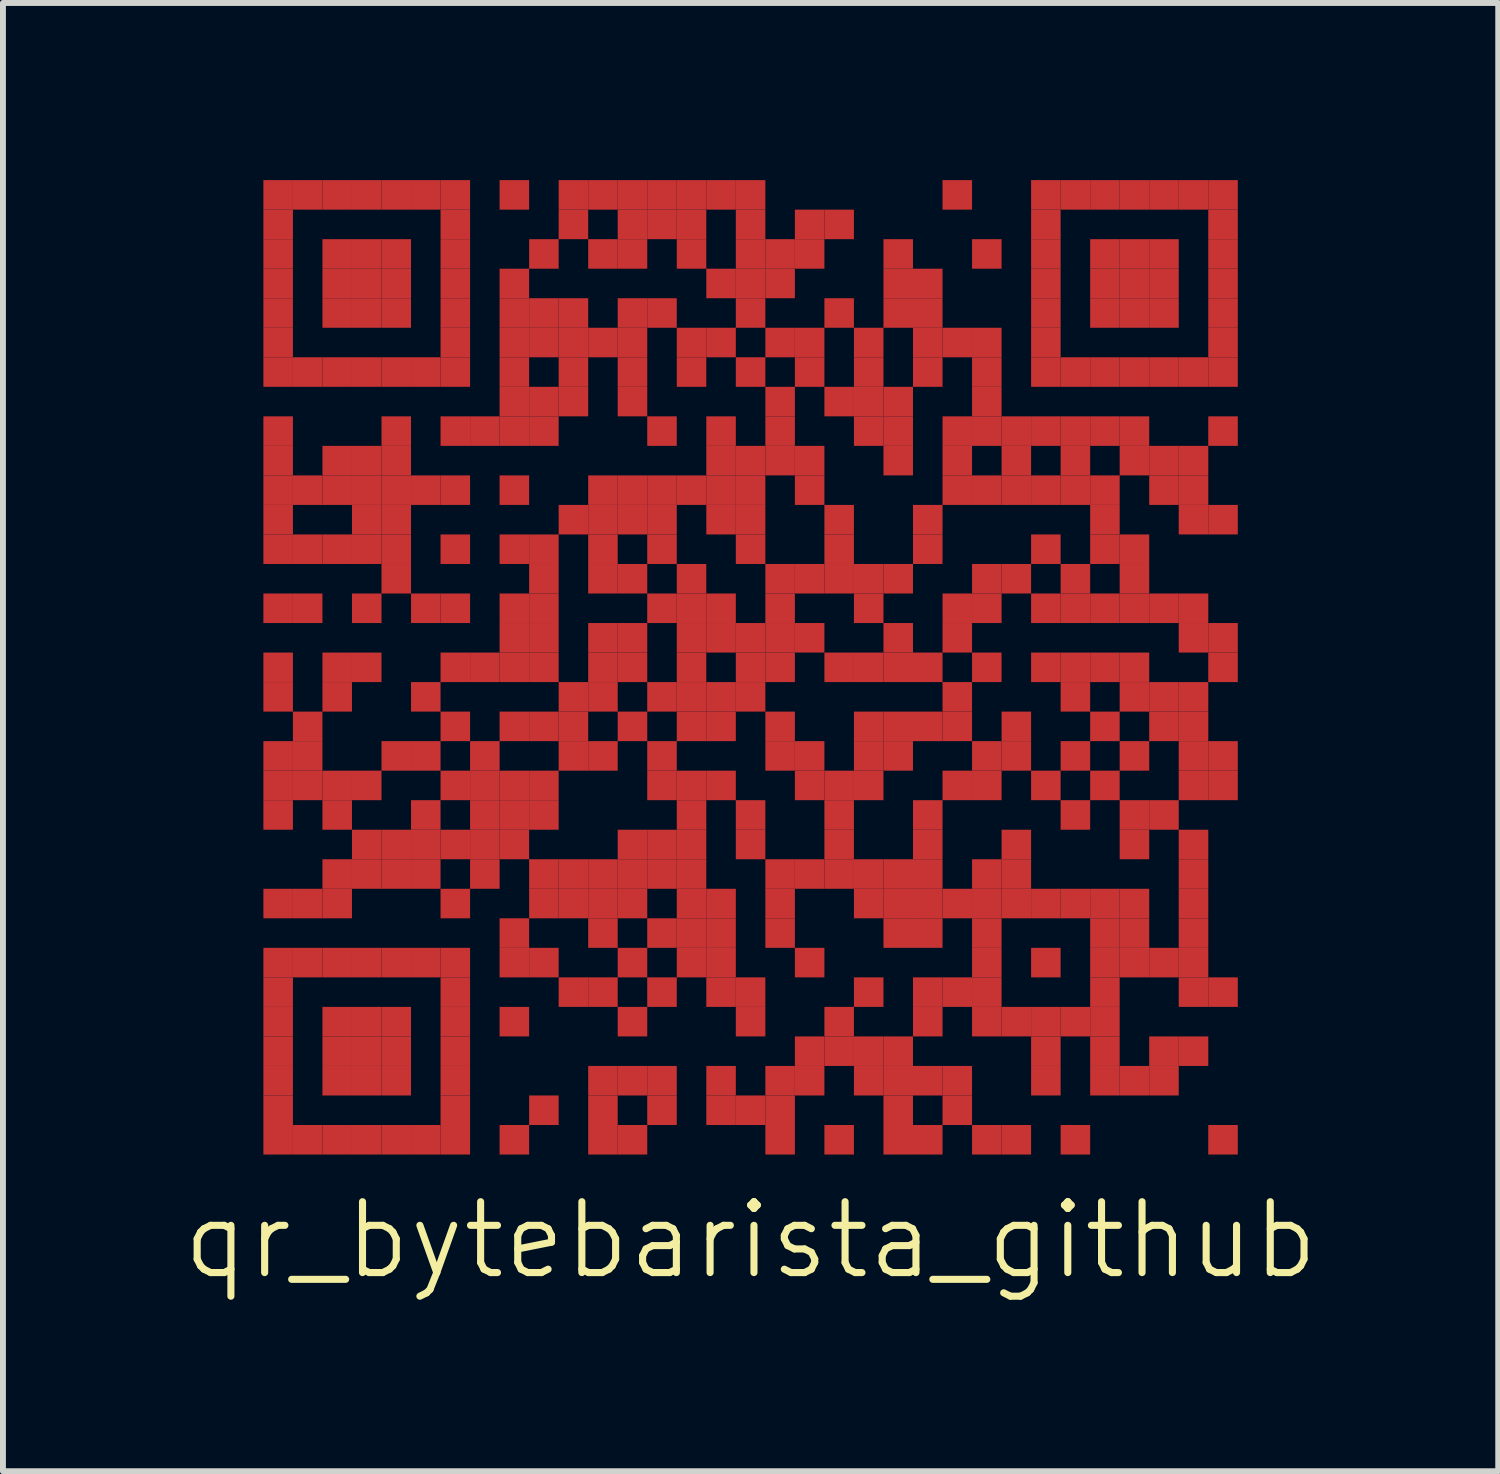
<source format=kicad_pcb>
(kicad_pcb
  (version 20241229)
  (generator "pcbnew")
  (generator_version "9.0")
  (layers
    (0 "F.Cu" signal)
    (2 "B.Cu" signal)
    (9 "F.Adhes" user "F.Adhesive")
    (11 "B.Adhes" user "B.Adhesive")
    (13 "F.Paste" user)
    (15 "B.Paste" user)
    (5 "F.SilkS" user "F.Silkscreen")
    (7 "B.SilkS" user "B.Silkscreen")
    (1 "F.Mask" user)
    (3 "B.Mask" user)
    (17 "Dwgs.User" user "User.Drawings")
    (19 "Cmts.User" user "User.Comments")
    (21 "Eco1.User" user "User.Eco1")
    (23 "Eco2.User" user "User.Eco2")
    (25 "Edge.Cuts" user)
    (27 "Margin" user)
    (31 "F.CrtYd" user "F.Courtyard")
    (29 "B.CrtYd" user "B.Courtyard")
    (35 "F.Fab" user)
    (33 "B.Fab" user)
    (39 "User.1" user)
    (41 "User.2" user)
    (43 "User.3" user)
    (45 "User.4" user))
  (footprint "qr_bytebarista_github"
    (layer "F.Cu")
    (at 9.66 8.25)
    (property "Reference" "qr_bytebarista_github" (at 0 9.7 0) (layer "F.SilkS") (effects (font (size 1.2 1.2) (thickness 0.12))))
    (attr through_hole)
    (pad "" smd rect (at -8 -8) (size 0.5 0.5) (layers "F.Cu" "F.Mask"))
    (pad "" smd rect (at -8 -7.5) (size 0.5 0.5) (layers "F.Cu" "F.Mask"))
    (pad "" smd rect (at -8 -7) (size 0.5 0.5) (layers "F.Cu" "F.Mask"))
    (pad "" smd rect (at -8 -6.5) (size 0.5 0.5) (layers "F.Cu" "F.Mask"))
    (pad "" smd rect (at -8 -6) (size 0.5 0.5) (layers "F.Cu" "F.Mask"))
    (pad "" smd rect (at -8 -5.5) (size 0.5 0.5) (layers "F.Cu" "F.Mask"))
    (pad "" smd rect (at -8 -5) (size 0.5 0.5) (layers "F.Cu" "F.Mask"))
    (pad "" smd rect (at -8 -4) (size 0.5 0.5) (layers "F.Cu" "F.Mask"))
    (pad "" smd rect (at -8 -3.5) (size 0.5 0.5) (layers "F.Cu" "F.Mask"))
    (pad "" smd rect (at -8 -3) (size 0.5 0.5) (layers "F.Cu" "F.Mask"))
    (pad "" smd rect (at -8 -2.5) (size 0.5 0.5) (layers "F.Cu" "F.Mask"))
    (pad "" smd rect (at -8 -2) (size 0.5 0.5) (layers "F.Cu" "F.Mask"))
    (pad "" smd rect (at -8 -1) (size 0.5 0.5) (layers "F.Cu" "F.Mask"))
    (pad "" smd rect (at -8 0) (size 0.5 0.5) (layers "F.Cu" "F.Mask"))
    (pad "" smd rect (at -8 0.5) (size 0.5 0.5) (layers "F.Cu" "F.Mask"))
    (pad "" smd rect (at -8 1.5) (size 0.5 0.5) (layers "F.Cu" "F.Mask"))
    (pad "" smd rect (at -8 2) (size 0.5 0.5) (layers "F.Cu" "F.Mask"))
    (pad "" smd rect (at -8 2.5) (size 0.5 0.5) (layers "F.Cu" "F.Mask"))
    (pad "" smd rect (at -8 4) (size 0.5 0.5) (layers "F.Cu" "F.Mask"))
    (pad "" smd rect (at -8 5) (size 0.5 0.5) (layers "F.Cu" "F.Mask"))
    (pad "" smd rect (at -8 5.5) (size 0.5 0.5) (layers "F.Cu" "F.Mask"))
    (pad "" smd rect (at -8 6) (size 0.5 0.5) (layers "F.Cu" "F.Mask"))
    (pad "" smd rect (at -8 6.5) (size 0.5 0.5) (layers "F.Cu" "F.Mask"))
    (pad "" smd rect (at -8 7) (size 0.5 0.5) (layers "F.Cu" "F.Mask"))
    (pad "" smd rect (at -8 7.5) (size 0.5 0.5) (layers "F.Cu" "F.Mask"))
    (pad "" smd rect (at -8 8) (size 0.5 0.5) (layers "F.Cu" "F.Mask"))
    (pad "" smd rect (at -7.5 -8) (size 0.5 0.5) (layers "F.Cu" "F.Mask"))
    (pad "" smd rect (at -7.5 -5) (size 0.5 0.5) (layers "F.Cu" "F.Mask"))
    (pad "" smd rect (at -7.5 -3) (size 0.5 0.5) (layers "F.Cu" "F.Mask"))
    (pad "" smd rect (at -7.5 -2) (size 0.5 0.5) (layers "F.Cu" "F.Mask"))
    (pad "" smd rect (at -7.5 -1) (size 0.5 0.5) (layers "F.Cu" "F.Mask"))
    (pad "" smd rect (at -7.5 1) (size 0.5 0.5) (layers "F.Cu" "F.Mask"))
    (pad "" smd rect (at -7.5 1.5) (size 0.5 0.5) (layers "F.Cu" "F.Mask"))
    (pad "" smd rect (at -7.5 2) (size 0.5 0.5) (layers "F.Cu" "F.Mask"))
    (pad "" smd rect (at -7.5 4) (size 0.5 0.5) (layers "F.Cu" "F.Mask"))
    (pad "" smd rect (at -7.5 5) (size 0.5 0.5) (layers "F.Cu" "F.Mask"))
    (pad "" smd rect (at -7.5 8) (size 0.5 0.5) (layers "F.Cu" "F.Mask"))
    (pad "" smd rect (at -7 -8) (size 0.5 0.5) (layers "F.Cu" "F.Mask"))
    (pad "" smd rect (at -7 -7) (size 0.5 0.5) (layers "F.Cu" "F.Mask"))
    (pad "" smd rect (at -7 -6.5) (size 0.5 0.5) (layers "F.Cu" "F.Mask"))
    (pad "" smd rect (at -7 -6) (size 0.5 0.5) (layers "F.Cu" "F.Mask"))
    (pad "" smd rect (at -7 -5) (size 0.5 0.5) (layers "F.Cu" "F.Mask"))
    (pad "" smd rect (at -7 -3.5) (size 0.5 0.5) (layers "F.Cu" "F.Mask"))
    (pad "" smd rect (at -7 -3) (size 0.5 0.5) (layers "F.Cu" "F.Mask"))
    (pad "" smd rect (at -7 -2) (size 0.5 0.5) (layers "F.Cu" "F.Mask"))
    (pad "" smd rect (at -7 0) (size 0.5 0.5) (layers "F.Cu" "F.Mask"))
    (pad "" smd rect (at -7 0.5) (size 0.5 0.5) (layers "F.Cu" "F.Mask"))
    (pad "" smd rect (at -7 2) (size 0.5 0.5) (layers "F.Cu" "F.Mask"))
    (pad "" smd rect (at -7 2.5) (size 0.5 0.5) (layers "F.Cu" "F.Mask"))
    (pad "" smd rect (at -7 3.5) (size 0.5 0.5) (layers "F.Cu" "F.Mask"))
    (pad "" smd rect (at -7 4) (size 0.5 0.5) (layers "F.Cu" "F.Mask"))
    (pad "" smd rect (at -7 5) (size 0.5 0.5) (layers "F.Cu" "F.Mask"))
    (pad "" smd rect (at -7 6) (size 0.5 0.5) (layers "F.Cu" "F.Mask"))
    (pad "" smd rect (at -7 6.5) (size 0.5 0.5) (layers "F.Cu" "F.Mask"))
    (pad "" smd rect (at -7 7) (size 0.5 0.5) (layers "F.Cu" "F.Mask"))
    (pad "" smd rect (at -7 8) (size 0.5 0.5) (layers "F.Cu" "F.Mask"))
    (pad "" smd rect (at -6.5 -8) (size 0.5 0.5) (layers "F.Cu" "F.Mask"))
    (pad "" smd rect (at -6.5 -7) (size 0.5 0.5) (layers "F.Cu" "F.Mask"))
    (pad "" smd rect (at -6.5 -6.5) (size 0.5 0.5) (layers "F.Cu" "F.Mask"))
    (pad "" smd rect (at -6.5 -6) (size 0.5 0.5) (layers "F.Cu" "F.Mask"))
    (pad "" smd rect (at -6.5 -5) (size 0.5 0.5) (layers "F.Cu" "F.Mask"))
    (pad "" smd rect (at -6.5 -3.5) (size 0.5 0.5) (layers "F.Cu" "F.Mask"))
    (pad "" smd rect (at -6.5 -3) (size 0.5 0.5) (layers "F.Cu" "F.Mask"))
    (pad "" smd rect (at -6.5 -2.5) (size 0.5 0.5) (layers "F.Cu" "F.Mask"))
    (pad "" smd rect (at -6.5 -2) (size 0.5 0.5) (layers "F.Cu" "F.Mask"))
    (pad "" smd rect (at -6.5 -1) (size 0.5 0.5) (layers "F.Cu" "F.Mask"))
    (pad "" smd rect (at -6.5 0) (size 0.5 0.5) (layers "F.Cu" "F.Mask"))
    (pad "" smd rect (at -6.5 2) (size 0.5 0.5) (layers "F.Cu" "F.Mask"))
    (pad "" smd rect (at -6.5 3) (size 0.5 0.5) (layers "F.Cu" "F.Mask"))
    (pad "" smd rect (at -6.5 3.5) (size 0.5 0.5) (layers "F.Cu" "F.Mask"))
    (pad "" smd rect (at -6.5 5) (size 0.5 0.5) (layers "F.Cu" "F.Mask"))
    (pad "" smd rect (at -6.5 6) (size 0.5 0.5) (layers "F.Cu" "F.Mask"))
    (pad "" smd rect (at -6.5 6.5) (size 0.5 0.5) (layers "F.Cu" "F.Mask"))
    (pad "" smd rect (at -6.5 7) (size 0.5 0.5) (layers "F.Cu" "F.Mask"))
    (pad "" smd rect (at -6.5 8) (size 0.5 0.5) (layers "F.Cu" "F.Mask"))
    (pad "" smd rect (at -6 -8) (size 0.5 0.5) (layers "F.Cu" "F.Mask"))
    (pad "" smd rect (at -6 -7) (size 0.5 0.5) (layers "F.Cu" "F.Mask"))
    (pad "" smd rect (at -6 -6.5) (size 0.5 0.5) (layers "F.Cu" "F.Mask"))
    (pad "" smd rect (at -6 -6) (size 0.5 0.5) (layers "F.Cu" "F.Mask"))
    (pad "" smd rect (at -6 -5) (size 0.5 0.5) (layers "F.Cu" "F.Mask"))
    (pad "" smd rect (at -6 -4) (size 0.5 0.5) (layers "F.Cu" "F.Mask"))
    (pad "" smd rect (at -6 -3.5) (size 0.5 0.5) (layers "F.Cu" "F.Mask"))
    (pad "" smd rect (at -6 -3) (size 0.5 0.5) (layers "F.Cu" "F.Mask"))
    (pad "" smd rect (at -6 -2.5) (size 0.5 0.5) (layers "F.Cu" "F.Mask"))
    (pad "" smd rect (at -6 -2) (size 0.5 0.5) (layers "F.Cu" "F.Mask"))
    (pad "" smd rect (at -6 -1.5) (size 0.5 0.5) (layers "F.Cu" "F.Mask"))
    (pad "" smd rect (at -6 1.5) (size 0.5 0.5) (layers "F.Cu" "F.Mask"))
    (pad "" smd rect (at -6 3) (size 0.5 0.5) (layers "F.Cu" "F.Mask"))
    (pad "" smd rect (at -6 3.5) (size 0.5 0.5) (layers "F.Cu" "F.Mask"))
    (pad "" smd rect (at -6 5) (size 0.5 0.5) (layers "F.Cu" "F.Mask"))
    (pad "" smd rect (at -6 6) (size 0.5 0.5) (layers "F.Cu" "F.Mask"))
    (pad "" smd rect (at -6 6.5) (size 0.5 0.5) (layers "F.Cu" "F.Mask"))
    (pad "" smd rect (at -6 7) (size 0.5 0.5) (layers "F.Cu" "F.Mask"))
    (pad "" smd rect (at -6 8) (size 0.5 0.5) (layers "F.Cu" "F.Mask"))
    (pad "" smd rect (at -5.5 -8) (size 0.5 0.5) (layers "F.Cu" "F.Mask"))
    (pad "" smd rect (at -5.5 -5) (size 0.5 0.5) (layers "F.Cu" "F.Mask"))
    (pad "" smd rect (at -5.5 -3) (size 0.5 0.5) (layers "F.Cu" "F.Mask"))
    (pad "" smd rect (at -5.5 -1) (size 0.5 0.5) (layers "F.Cu" "F.Mask"))
    (pad "" smd rect (at -5.5 0.5) (size 0.5 0.5) (layers "F.Cu" "F.Mask"))
    (pad "" smd rect (at -5.5 1.5) (size 0.5 0.5) (layers "F.Cu" "F.Mask"))
    (pad "" smd rect (at -5.5 2.5) (size 0.5 0.5) (layers "F.Cu" "F.Mask"))
    (pad "" smd rect (at -5.5 3) (size 0.5 0.5) (layers "F.Cu" "F.Mask"))
    (pad "" smd rect (at -5.5 3.5) (size 0.5 0.5) (layers "F.Cu" "F.Mask"))
    (pad "" smd rect (at -5.5 5) (size 0.5 0.5) (layers "F.Cu" "F.Mask"))
    (pad "" smd rect (at -5.5 8) (size 0.5 0.5) (layers "F.Cu" "F.Mask"))
    (pad "" smd rect (at -5 -8) (size 0.5 0.5) (layers "F.Cu" "F.Mask"))
    (pad "" smd rect (at -5 -7.5) (size 0.5 0.5) (layers "F.Cu" "F.Mask"))
    (pad "" smd rect (at -5 -7) (size 0.5 0.5) (layers "F.Cu" "F.Mask"))
    (pad "" smd rect (at -5 -6.5) (size 0.5 0.5) (layers "F.Cu" "F.Mask"))
    (pad "" smd rect (at -5 -6) (size 0.5 0.5) (layers "F.Cu" "F.Mask"))
    (pad "" smd rect (at -5 -5.5) (size 0.5 0.5) (layers "F.Cu" "F.Mask"))
    (pad "" smd rect (at -5 -5) (size 0.5 0.5) (layers "F.Cu" "F.Mask"))
    (pad "" smd rect (at -5 -4) (size 0.5 0.5) (layers "F.Cu" "F.Mask"))
    (pad "" smd rect (at -5 -3) (size 0.5 0.5) (layers "F.Cu" "F.Mask"))
    (pad "" smd rect (at -5 -2) (size 0.5 0.5) (layers "F.Cu" "F.Mask"))
    (pad "" smd rect (at -5 -1) (size 0.5 0.5) (layers "F.Cu" "F.Mask"))
    (pad "" smd rect (at -5 0) (size 0.5 0.5) (layers "F.Cu" "F.Mask"))
    (pad "" smd rect (at -5 1) (size 0.5 0.5) (layers "F.Cu" "F.Mask"))
    (pad "" smd rect (at -5 2) (size 0.5 0.5) (layers "F.Cu" "F.Mask"))
    (pad "" smd rect (at -5 3) (size 0.5 0.5) (layers "F.Cu" "F.Mask"))
    (pad "" smd rect (at -5 4) (size 0.5 0.5) (layers "F.Cu" "F.Mask"))
    (pad "" smd rect (at -5 5) (size 0.5 0.5) (layers "F.Cu" "F.Mask"))
    (pad "" smd rect (at -5 5.5) (size 0.5 0.5) (layers "F.Cu" "F.Mask"))
    (pad "" smd rect (at -5 6) (size 0.5 0.5) (layers "F.Cu" "F.Mask"))
    (pad "" smd rect (at -5 6.5) (size 0.5 0.5) (layers "F.Cu" "F.Mask"))
    (pad "" smd rect (at -5 7) (size 0.5 0.5) (layers "F.Cu" "F.Mask"))
    (pad "" smd rect (at -5 7.5) (size 0.5 0.5) (layers "F.Cu" "F.Mask"))
    (pad "" smd rect (at -5 8) (size 0.5 0.5) (layers "F.Cu" "F.Mask"))
    (pad "" smd rect (at -4.5 -4) (size 0.5 0.5) (layers "F.Cu" "F.Mask"))
    (pad "" smd rect (at -4.5 0) (size 0.5 0.5) (layers "F.Cu" "F.Mask"))
    (pad "" smd rect (at -4.5 1.5) (size 0.5 0.5) (layers "F.Cu" "F.Mask"))
    (pad "" smd rect (at -4.5 2) (size 0.5 0.5) (layers "F.Cu" "F.Mask"))
    (pad "" smd rect (at -4.5 2.5) (size 0.5 0.5) (layers "F.Cu" "F.Mask"))
    (pad "" smd rect (at -4.5 3) (size 0.5 0.5) (layers "F.Cu" "F.Mask"))
    (pad "" smd rect (at -4.5 3.5) (size 0.5 0.5) (layers "F.Cu" "F.Mask"))
    (pad "" smd rect (at -4 -8) (size 0.5 0.5) (layers "F.Cu" "F.Mask"))
    (pad "" smd rect (at -4 -6.5) (size 0.5 0.5) (layers "F.Cu" "F.Mask"))
    (pad "" smd rect (at -4 -6) (size 0.5 0.5) (layers "F.Cu" "F.Mask"))
    (pad "" smd rect (at -4 -5.5) (size 0.5 0.5) (layers "F.Cu" "F.Mask"))
    (pad "" smd rect (at -4 -5) (size 0.5 0.5) (layers "F.Cu" "F.Mask"))
    (pad "" smd rect (at -4 -4.5) (size 0.5 0.5) (layers "F.Cu" "F.Mask"))
    (pad "" smd rect (at -4 -4) (size 0.5 0.5) (layers "F.Cu" "F.Mask"))
    (pad "" smd rect (at -4 -3) (size 0.5 0.5) (layers "F.Cu" "F.Mask"))
    (pad "" smd rect (at -4 -2) (size 0.5 0.5) (layers "F.Cu" "F.Mask"))
    (pad "" smd rect (at -4 -1) (size 0.5 0.5) (layers "F.Cu" "F.Mask"))
    (pad "" smd rect (at -4 -0.5) (size 0.5 0.5) (layers "F.Cu" "F.Mask"))
    (pad "" smd rect (at -4 0) (size 0.5 0.5) (layers "F.Cu" "F.Mask"))
    (pad "" smd rect (at -4 1) (size 0.5 0.5) (layers "F.Cu" "F.Mask"))
    (pad "" smd rect (at -4 2) (size 0.5 0.5) (layers "F.Cu" "F.Mask"))
    (pad "" smd rect (at -4 2.5) (size 0.5 0.5) (layers "F.Cu" "F.Mask"))
    (pad "" smd rect (at -4 3) (size 0.5 0.5) (layers "F.Cu" "F.Mask"))
    (pad "" smd rect (at -4 4.5) (size 0.5 0.5) (layers "F.Cu" "F.Mask"))
    (pad "" smd rect (at -4 5) (size 0.5 0.5) (layers "F.Cu" "F.Mask"))
    (pad "" smd rect (at -4 6) (size 0.5 0.5) (layers "F.Cu" "F.Mask"))
    (pad "" smd rect (at -4 8) (size 0.5 0.5) (layers "F.Cu" "F.Mask"))
    (pad "" smd rect (at -3.5 -7) (size 0.5 0.5) (layers "F.Cu" "F.Mask"))
    (pad "" smd rect (at -3.5 -6) (size 0.5 0.5) (layers "F.Cu" "F.Mask"))
    (pad "" smd rect (at -3.5 -5.5) (size 0.5 0.5) (layers "F.Cu" "F.Mask"))
    (pad "" smd rect (at -3.5 -4.5) (size 0.5 0.5) (layers "F.Cu" "F.Mask"))
    (pad "" smd rect (at -3.5 -4) (size 0.5 0.5) (layers "F.Cu" "F.Mask"))
    (pad "" smd rect (at -3.5 -2) (size 0.5 0.5) (layers "F.Cu" "F.Mask"))
    (pad "" smd rect (at -3.5 -1.5) (size 0.5 0.5) (layers "F.Cu" "F.Mask"))
    (pad "" smd rect (at -3.5 -1) (size 0.5 0.5) (layers "F.Cu" "F.Mask"))
    (pad "" smd rect (at -3.5 -0.5) (size 0.5 0.5) (layers "F.Cu" "F.Mask"))
    (pad "" smd rect (at -3.5 0) (size 0.5 0.5) (layers "F.Cu" "F.Mask"))
    (pad "" smd rect (at -3.5 1) (size 0.5 0.5) (layers "F.Cu" "F.Mask"))
    (pad "" smd rect (at -3.5 2) (size 0.5 0.5) (layers "F.Cu" "F.Mask"))
    (pad "" smd rect (at -3.5 2.5) (size 0.5 0.5) (layers "F.Cu" "F.Mask"))
    (pad "" smd rect (at -3.5 3.5) (size 0.5 0.5) (layers "F.Cu" "F.Mask"))
    (pad "" smd rect (at -3.5 4) (size 0.5 0.5) (layers "F.Cu" "F.Mask"))
    (pad "" smd rect (at -3.5 5) (size 0.5 0.5) (layers "F.Cu" "F.Mask"))
    (pad "" smd rect (at -3.5 7.5) (size 0.5 0.5) (layers "F.Cu" "F.Mask"))
    (pad "" smd rect (at -3 -8) (size 0.5 0.5) (layers "F.Cu" "F.Mask"))
    (pad "" smd rect (at -3 -7.5) (size 0.5 0.5) (layers "F.Cu" "F.Mask"))
    (pad "" smd rect (at -3 -6) (size 0.5 0.5) (layers "F.Cu" "F.Mask"))
    (pad "" smd rect (at -3 -5.5) (size 0.5 0.5) (layers "F.Cu" "F.Mask"))
    (pad "" smd rect (at -3 -5) (size 0.5 0.5) (layers "F.Cu" "F.Mask"))
    (pad "" smd rect (at -3 -4.5) (size 0.5 0.5) (layers "F.Cu" "F.Mask"))
    (pad "" smd rect (at -3 -2.5) (size 0.5 0.5) (layers "F.Cu" "F.Mask"))
    (pad "" smd rect (at -3 0.5) (size 0.5 0.5) (layers "F.Cu" "F.Mask"))
    (pad "" smd rect (at -3 1) (size 0.5 0.5) (layers "F.Cu" "F.Mask"))
    (pad "" smd rect (at -3 1.5) (size 0.5 0.5) (layers "F.Cu" "F.Mask"))
    (pad "" smd rect (at -3 3.5) (size 0.5 0.5) (layers "F.Cu" "F.Mask"))
    (pad "" smd rect (at -3 4) (size 0.5 0.5) (layers "F.Cu" "F.Mask"))
    (pad "" smd rect (at -3 5.5) (size 0.5 0.5) (layers "F.Cu" "F.Mask"))
    (pad "" smd rect (at -2.5 -8) (size 0.5 0.5) (layers "F.Cu" "F.Mask"))
    (pad "" smd rect (at -2.5 -7) (size 0.5 0.5) (layers "F.Cu" "F.Mask"))
    (pad "" smd rect (at -2.5 -5.5) (size 0.5 0.5) (layers "F.Cu" "F.Mask"))
    (pad "" smd rect (at -2.5 -3) (size 0.5 0.5) (layers "F.Cu" "F.Mask"))
    (pad "" smd rect (at -2.5 -2.5) (size 0.5 0.5) (layers "F.Cu" "F.Mask"))
    (pad "" smd rect (at -2.5 -2) (size 0.5 0.5) (layers "F.Cu" "F.Mask"))
    (pad "" smd rect (at -2.5 -1.5) (size 0.5 0.5) (layers "F.Cu" "F.Mask"))
    (pad "" smd rect (at -2.5 -0.5) (size 0.5 0.5) (layers "F.Cu" "F.Mask"))
    (pad "" smd rect (at -2.5 0) (size 0.5 0.5) (layers "F.Cu" "F.Mask"))
    (pad "" smd rect (at -2.5 0.5) (size 0.5 0.5) (layers "F.Cu" "F.Mask"))
    (pad "" smd rect (at -2.5 1.5) (size 0.5 0.5) (layers "F.Cu" "F.Mask"))
    (pad "" smd rect (at -2.5 3.5) (size 0.5 0.5) (layers "F.Cu" "F.Mask"))
    (pad "" smd rect (at -2.5 4) (size 0.5 0.5) (layers "F.Cu" "F.Mask"))
    (pad "" smd rect (at -2.5 4.5) (size 0.5 0.5) (layers "F.Cu" "F.Mask"))
    (pad "" smd rect (at -2.5 5.5) (size 0.5 0.5) (layers "F.Cu" "F.Mask"))
    (pad "" smd rect (at -2.5 7) (size 0.5 0.5) (layers "F.Cu" "F.Mask"))
    (pad "" smd rect (at -2.5 7.5) (size 0.5 0.5) (layers "F.Cu" "F.Mask"))
    (pad "" smd rect (at -2.5 8) (size 0.5 0.5) (layers "F.Cu" "F.Mask"))
    (pad "" smd rect (at -2 -8) (size 0.5 0.5) (layers "F.Cu" "F.Mask"))
    (pad "" smd rect (at -2 -7.5) (size 0.5 0.5) (layers "F.Cu" "F.Mask"))
    (pad "" smd rect (at -2 -7) (size 0.5 0.5) (layers "F.Cu" "F.Mask"))
    (pad "" smd rect (at -2 -6) (size 0.5 0.5) (layers "F.Cu" "F.Mask"))
    (pad "" smd rect (at -2 -5.5) (size 0.5 0.5) (layers "F.Cu" "F.Mask"))
    (pad "" smd rect (at -2 -5) (size 0.5 0.5) (layers "F.Cu" "F.Mask"))
    (pad "" smd rect (at -2 -4.5) (size 0.5 0.5) (layers "F.Cu" "F.Mask"))
    (pad "" smd rect (at -2 -3) (size 0.5 0.5) (layers "F.Cu" "F.Mask"))
    (pad "" smd rect (at -2 -2.5) (size 0.5 0.5) (layers "F.Cu" "F.Mask"))
    (pad "" smd rect (at -2 -1.5) (size 0.5 0.5) (layers "F.Cu" "F.Mask"))
    (pad "" smd rect (at -2 -0.5) (size 0.5 0.5) (layers "F.Cu" "F.Mask"))
    (pad "" smd rect (at -2 0) (size 0.5 0.5) (layers "F.Cu" "F.Mask"))
    (pad "" smd rect (at -2 1) (size 0.5 0.5) (layers "F.Cu" "F.Mask"))
    (pad "" smd rect (at -2 3) (size 0.5 0.5) (layers "F.Cu" "F.Mask"))
    (pad "" smd rect (at -2 3.5) (size 0.5 0.5) (layers "F.Cu" "F.Mask"))
    (pad "" smd rect (at -2 4) (size 0.5 0.5) (layers "F.Cu" "F.Mask"))
    (pad "" smd rect (at -2 5) (size 0.5 0.5) (layers "F.Cu" "F.Mask"))
    (pad "" smd rect (at -2 6) (size 0.5 0.5) (layers "F.Cu" "F.Mask"))
    (pad "" smd rect (at -2 7) (size 0.5 0.5) (layers "F.Cu" "F.Mask"))
    (pad "" smd rect (at -2 8) (size 0.5 0.5) (layers "F.Cu" "F.Mask"))
    (pad "" smd rect (at -1.5 -8) (size 0.5 0.5) (layers "F.Cu" "F.Mask"))
    (pad "" smd rect (at -1.5 -7.5) (size 0.5 0.5) (layers "F.Cu" "F.Mask"))
    (pad "" smd rect (at -1.5 -6) (size 0.5 0.5) (layers "F.Cu" "F.Mask"))
    (pad "" smd rect (at -1.5 -4) (size 0.5 0.5) (layers "F.Cu" "F.Mask"))
    (pad "" smd rect (at -1.5 -3) (size 0.5 0.5) (layers "F.Cu" "F.Mask"))
    (pad "" smd rect (at -1.5 -2.5) (size 0.5 0.5) (layers "F.Cu" "F.Mask"))
    (pad "" smd rect (at -1.5 -2) (size 0.5 0.5) (layers "F.Cu" "F.Mask"))
    (pad "" smd rect (at -1.5 -1) (size 0.5 0.5) (layers "F.Cu" "F.Mask"))
    (pad "" smd rect (at -1.5 0.5) (size 0.5 0.5) (layers "F.Cu" "F.Mask"))
    (pad "" smd rect (at -1.5 1.5) (size 0.5 0.5) (layers "F.Cu" "F.Mask"))
    (pad "" smd rect (at -1.5 2) (size 0.5 0.5) (layers "F.Cu" "F.Mask"))
    (pad "" smd rect (at -1.5 3) (size 0.5 0.5) (layers "F.Cu" "F.Mask"))
    (pad "" smd rect (at -1.5 3.5) (size 0.5 0.5) (layers "F.Cu" "F.Mask"))
    (pad "" smd rect (at -1.5 4.5) (size 0.5 0.5) (layers "F.Cu" "F.Mask"))
    (pad "" smd rect (at -1.5 5.5) (size 0.5 0.5) (layers "F.Cu" "F.Mask"))
    (pad "" smd rect (at -1.5 7) (size 0.5 0.5) (layers "F.Cu" "F.Mask"))
    (pad "" smd rect (at -1.5 7.5) (size 0.5 0.5) (layers "F.Cu" "F.Mask"))
    (pad "" smd rect (at -1 -8) (size 0.5 0.5) (layers "F.Cu" "F.Mask"))
    (pad "" smd rect (at -1 -7.5) (size 0.5 0.5) (layers "F.Cu" "F.Mask"))
    (pad "" smd rect (at -1 -7) (size 0.5 0.5) (layers "F.Cu" "F.Mask"))
    (pad "" smd rect (at -1 -5.5) (size 0.5 0.5) (layers "F.Cu" "F.Mask"))
    (pad "" smd rect (at -1 -5) (size 0.5 0.5) (layers "F.Cu" "F.Mask"))
    (pad "" smd rect (at -1 -3) (size 0.5 0.5) (layers "F.Cu" "F.Mask"))
    (pad "" smd rect (at -1 -1.5) (size 0.5 0.5) (layers "F.Cu" "F.Mask"))
    (pad "" smd rect (at -1 -1) (size 0.5 0.5) (layers "F.Cu" "F.Mask"))
    (pad "" smd rect (at -1 -0.5) (size 0.5 0.5) (layers "F.Cu" "F.Mask"))
    (pad "" smd rect (at -1 0) (size 0.5 0.5) (layers "F.Cu" "F.Mask"))
    (pad "" smd rect (at -1 0.5) (size 0.5 0.5) (layers "F.Cu" "F.Mask"))
    (pad "" smd rect (at -1 1) (size 0.5 0.5) (layers "F.Cu" "F.Mask"))
    (pad "" smd rect (at -1 2) (size 0.5 0.5) (layers "F.Cu" "F.Mask"))
    (pad "" smd rect (at -1 2.5) (size 0.5 0.5) (layers "F.Cu" "F.Mask"))
    (pad "" smd rect (at -1 3) (size 0.5 0.5) (layers "F.Cu" "F.Mask"))
    (pad "" smd rect (at -1 3.5) (size 0.5 0.5) (layers "F.Cu" "F.Mask"))
    (pad "" smd rect (at -1 4) (size 0.5 0.5) (layers "F.Cu" "F.Mask"))
    (pad "" smd rect (at -1 4.5) (size 0.5 0.5) (layers "F.Cu" "F.Mask"))
    (pad "" smd rect (at -1 5) (size 0.5 0.5) (layers "F.Cu" "F.Mask"))
    (pad "" smd rect (at -0.5 -8) (size 0.5 0.5) (layers "F.Cu" "F.Mask"))
    (pad "" smd rect (at -0.5 -6.5) (size 0.5 0.5) (layers "F.Cu" "F.Mask"))
    (pad "" smd rect (at -0.5 -5.5) (size 0.5 0.5) (layers "F.Cu" "F.Mask"))
    (pad "" smd rect (at -0.5 -4) (size 0.5 0.5) (layers "F.Cu" "F.Mask"))
    (pad "" smd rect (at -0.5 -3.5) (size 0.5 0.5) (layers "F.Cu" "F.Mask"))
    (pad "" smd rect (at -0.5 -3) (size 0.5 0.5) (layers "F.Cu" "F.Mask"))
    (pad "" smd rect (at -0.5 -2.5) (size 0.5 0.5) (layers "F.Cu" "F.Mask"))
    (pad "" smd rect (at -0.5 -1) (size 0.5 0.5) (layers "F.Cu" "F.Mask"))
    (pad "" smd rect (at -0.5 -0.5) (size 0.5 0.5) (layers "F.Cu" "F.Mask"))
    (pad "" smd rect (at -0.5 0.5) (size 0.5 0.5) (layers "F.Cu" "F.Mask"))
    (pad "" smd rect (at -0.5 1) (size 0.5 0.5) (layers "F.Cu" "F.Mask"))
    (pad "" smd rect (at -0.5 2) (size 0.5 0.5) (layers "F.Cu" "F.Mask"))
    (pad "" smd rect (at -0.5 4) (size 0.5 0.5) (layers "F.Cu" "F.Mask"))
    (pad "" smd rect (at -0.5 4.5) (size 0.5 0.5) (layers "F.Cu" "F.Mask"))
    (pad "" smd rect (at -0.5 5) (size 0.5 0.5) (layers "F.Cu" "F.Mask"))
    (pad "" smd rect (at -0.5 5.5) (size 0.5 0.5) (layers "F.Cu" "F.Mask"))
    (pad "" smd rect (at -0.5 7) (size 0.5 0.5) (layers "F.Cu" "F.Mask"))
    (pad "" smd rect (at -0.5 7.5) (size 0.5 0.5) (layers "F.Cu" "F.Mask"))
    (pad "" smd rect (at 0 -8) (size 0.5 0.5) (layers "F.Cu" "F.Mask"))
    (pad "" smd rect (at 0 -7.5) (size 0.5 0.5) (layers "F.Cu" "F.Mask"))
    (pad "" smd rect (at 0 -7) (size 0.5 0.5) (layers "F.Cu" "F.Mask"))
    (pad "" smd rect (at 0 -6.5) (size 0.5 0.5) (layers "F.Cu" "F.Mask"))
    (pad "" smd rect (at 0 -6) (size 0.5 0.5) (layers "F.Cu" "F.Mask"))
    (pad "" smd rect (at 0 -5) (size 0.5 0.5) (layers "F.Cu" "F.Mask"))
    (pad "" smd rect (at 0 -3.5) (size 0.5 0.5) (layers "F.Cu" "F.Mask"))
    (pad "" smd rect (at 0 -3) (size 0.5 0.5) (layers "F.Cu" "F.Mask"))
    (pad "" smd rect (at 0 -2.5) (size 0.5 0.5) (layers "F.Cu" "F.Mask"))
    (pad "" smd rect (at 0 -2) (size 0.5 0.5) (layers "F.Cu" "F.Mask"))
    (pad "" smd rect (at 0 -0.5) (size 0.5 0.5) (layers "F.Cu" "F.Mask"))
    (pad "" smd rect (at 0 0) (size 0.5 0.5) (layers "F.Cu" "F.Mask"))
    (pad "" smd rect (at 0 0.5) (size 0.5 0.5) (layers "F.Cu" "F.Mask"))
    (pad "" smd rect (at 0 2.5) (size 0.5 0.5) (layers "F.Cu" "F.Mask"))
    (pad "" smd rect (at 0 3) (size 0.5 0.5) (layers "F.Cu" "F.Mask"))
    (pad "" smd rect (at 0 5.5) (size 0.5 0.5) (layers "F.Cu" "F.Mask"))
    (pad "" smd rect (at 0 6) (size 0.5 0.5) (layers "F.Cu" "F.Mask"))
    (pad "" smd rect (at 0 7.5) (size 0.5 0.5) (layers "F.Cu" "F.Mask"))
    (pad "" smd rect (at 0.5 -7) (size 0.5 0.5) (layers "F.Cu" "F.Mask"))
    (pad "" smd rect (at 0.5 -6.5) (size 0.5 0.5) (layers "F.Cu" "F.Mask"))
    (pad "" smd rect (at 0.5 -5.5) (size 0.5 0.5) (layers "F.Cu" "F.Mask"))
    (pad "" smd rect (at 0.5 -4.5) (size 0.5 0.5) (layers "F.Cu" "F.Mask"))
    (pad "" smd rect (at 0.5 -4) (size 0.5 0.5) (layers "F.Cu" "F.Mask"))
    (pad "" smd rect (at 0.5 -3.5) (size 0.5 0.5) (layers "F.Cu" "F.Mask"))
    (pad "" smd rect (at 0.5 -1.5) (size 0.5 0.5) (layers "F.Cu" "F.Mask"))
    (pad "" smd rect (at 0.5 -1) (size 0.5 0.5) (layers "F.Cu" "F.Mask"))
    (pad "" smd rect (at 0.5 -0.5) (size 0.5 0.5) (layers "F.Cu" "F.Mask"))
    (pad "" smd rect (at 0.5 0) (size 0.5 0.5) (layers "F.Cu" "F.Mask"))
    (pad "" smd rect (at 0.5 1) (size 0.5 0.5) (layers "F.Cu" "F.Mask"))
    (pad "" smd rect (at 0.5 1.5) (size 0.5 0.5) (layers "F.Cu" "F.Mask"))
    (pad "" smd rect (at 0.5 3.5) (size 0.5 0.5) (layers "F.Cu" "F.Mask"))
    (pad "" smd rect (at 0.5 4) (size 0.5 0.5) (layers "F.Cu" "F.Mask"))
    (pad "" smd rect (at 0.5 4.5) (size 0.5 0.5) (layers "F.Cu" "F.Mask"))
    (pad "" smd rect (at 0.5 7) (size 0.5 0.5) (layers "F.Cu" "F.Mask"))
    (pad "" smd rect (at 0.5 7.5) (size 0.5 0.5) (layers "F.Cu" "F.Mask"))
    (pad "" smd rect (at 0.5 8) (size 0.5 0.5) (layers "F.Cu" "F.Mask"))
    (pad "" smd rect (at 1 -7.5) (size 0.5 0.5) (layers "F.Cu" "F.Mask"))
    (pad "" smd rect (at 1 -7) (size 0.5 0.5) (layers "F.Cu" "F.Mask"))
    (pad "" smd rect (at 1 -5.5) (size 0.5 0.5) (layers "F.Cu" "F.Mask"))
    (pad "" smd rect (at 1 -5) (size 0.5 0.5) (layers "F.Cu" "F.Mask"))
    (pad "" smd rect (at 1 -3.5) (size 0.5 0.5) (layers "F.Cu" "F.Mask"))
    (pad "" smd rect (at 1 -3) (size 0.5 0.5) (layers "F.Cu" "F.Mask"))
    (pad "" smd rect (at 1 -1.5) (size 0.5 0.5) (layers "F.Cu" "F.Mask"))
    (pad "" smd rect (at 1 -0.5) (size 0.5 0.5) (layers "F.Cu" "F.Mask"))
    (pad "" smd rect (at 1 1.5) (size 0.5 0.5) (layers "F.Cu" "F.Mask"))
    (pad "" smd rect (at 1 2) (size 0.5 0.5) (layers "F.Cu" "F.Mask"))
    (pad "" smd rect (at 1 3.5) (size 0.5 0.5) (layers "F.Cu" "F.Mask"))
    (pad "" smd rect (at 1 5) (size 0.5 0.5) (layers "F.Cu" "F.Mask"))
    (pad "" smd rect (at 1 6.5) (size 0.5 0.5) (layers "F.Cu" "F.Mask"))
    (pad "" smd rect (at 1 7) (size 0.5 0.5) (layers "F.Cu" "F.Mask"))
    (pad "" smd rect (at 1.5 -7.5) (size 0.5 0.5) (layers "F.Cu" "F.Mask"))
    (pad "" smd rect (at 1.5 -6) (size 0.5 0.5) (layers "F.Cu" "F.Mask"))
    (pad "" smd rect (at 1.5 -4.5) (size 0.5 0.5) (layers "F.Cu" "F.Mask"))
    (pad "" smd rect (at 1.5 -2.5) (size 0.5 0.5) (layers "F.Cu" "F.Mask"))
    (pad "" smd rect (at 1.5 -2) (size 0.5 0.5) (layers "F.Cu" "F.Mask"))
    (pad "" smd rect (at 1.5 -1.5) (size 0.5 0.5) (layers "F.Cu" "F.Mask"))
    (pad "" smd rect (at 1.5 0) (size 0.5 0.5) (layers "F.Cu" "F.Mask"))
    (pad "" smd rect (at 1.5 2) (size 0.5 0.5) (layers "F.Cu" "F.Mask"))
    (pad "" smd rect (at 1.5 2.5) (size 0.5 0.5) (layers "F.Cu" "F.Mask"))
    (pad "" smd rect (at 1.5 3) (size 0.5 0.5) (layers "F.Cu" "F.Mask"))
    (pad "" smd rect (at 1.5 3.5) (size 0.5 0.5) (layers "F.Cu" "F.Mask"))
    (pad "" smd rect (at 1.5 6) (size 0.5 0.5) (layers "F.Cu" "F.Mask"))
    (pad "" smd rect (at 1.5 6.5) (size 0.5 0.5) (layers "F.Cu" "F.Mask"))
    (pad "" smd rect (at 1.5 8) (size 0.5 0.5) (layers "F.Cu" "F.Mask"))
    (pad "" smd rect (at 2 -5.5) (size 0.5 0.5) (layers "F.Cu" "F.Mask"))
    (pad "" smd rect (at 2 -5) (size 0.5 0.5) (layers "F.Cu" "F.Mask"))
    (pad "" smd rect (at 2 -4.5) (size 0.5 0.5) (layers "F.Cu" "F.Mask"))
    (pad "" smd rect (at 2 -4) (size 0.5 0.5) (layers "F.Cu" "F.Mask"))
    (pad "" smd rect (at 2 -1.5) (size 0.5 0.5) (layers "F.Cu" "F.Mask"))
    (pad "" smd rect (at 2 -1) (size 0.5 0.5) (layers "F.Cu" "F.Mask"))
    (pad "" smd rect (at 2 0) (size 0.5 0.5) (layers "F.Cu" "F.Mask"))
    (pad "" smd rect (at 2 1) (size 0.5 0.5) (layers "F.Cu" "F.Mask"))
    (pad "" smd rect (at 2 1.5) (size 0.5 0.5) (layers "F.Cu" "F.Mask"))
    (pad "" smd rect (at 2 2) (size 0.5 0.5) (layers "F.Cu" "F.Mask"))
    (pad "" smd rect (at 2 3.5) (size 0.5 0.5) (layers "F.Cu" "F.Mask"))
    (pad "" smd rect (at 2 4) (size 0.5 0.5) (layers "F.Cu" "F.Mask"))
    (pad "" smd rect (at 2 5.5) (size 0.5 0.5) (layers "F.Cu" "F.Mask"))
    (pad "" smd rect (at 2 6.5) (size 0.5 0.5) (layers "F.Cu" "F.Mask"))
    (pad "" smd rect (at 2 7) (size 0.5 0.5) (layers "F.Cu" "F.Mask"))
    (pad "" smd rect (at 2.5 -7) (size 0.5 0.5) (layers "F.Cu" "F.Mask"))
    (pad "" smd rect (at 2.5 -6.5) (size 0.5 0.5) (layers "F.Cu" "F.Mask"))
    (pad "" smd rect (at 2.5 -6) (size 0.5 0.5) (layers "F.Cu" "F.Mask"))
    (pad "" smd rect (at 2.5 -4.5) (size 0.5 0.5) (layers "F.Cu" "F.Mask"))
    (pad "" smd rect (at 2.5 -4) (size 0.5 0.5) (layers "F.Cu" "F.Mask"))
    (pad "" smd rect (at 2.5 -3.5) (size 0.5 0.5) (layers "F.Cu" "F.Mask"))
    (pad "" smd rect (at 2.5 -1.5) (size 0.5 0.5) (layers "F.Cu" "F.Mask"))
    (pad "" smd rect (at 2.5 -0.5) (size 0.5 0.5) (layers "F.Cu" "F.Mask"))
    (pad "" smd rect (at 2.5 0) (size 0.5 0.5) (layers "F.Cu" "F.Mask"))
    (pad "" smd rect (at 2.5 1) (size 0.5 0.5) (layers "F.Cu" "F.Mask"))
    (pad "" smd rect (at 2.5 1.5) (size 0.5 0.5) (layers "F.Cu" "F.Mask"))
    (pad "" smd rect (at 2.5 3.5) (size 0.5 0.5) (layers "F.Cu" "F.Mask"))
    (pad "" smd rect (at 2.5 4) (size 0.5 0.5) (layers "F.Cu" "F.Mask"))
    (pad "" smd rect (at 2.5 4.5) (size 0.5 0.5) (layers "F.Cu" "F.Mask"))
    (pad "" smd rect (at 2.5 6.5) (size 0.5 0.5) (layers "F.Cu" "F.Mask"))
    (pad "" smd rect (at 2.5 7) (size 0.5 0.5) (layers "F.Cu" "F.Mask"))
    (pad "" smd rect (at 2.5 7.5) (size 0.5 0.5) (layers "F.Cu" "F.Mask"))
    (pad "" smd rect (at 2.5 8) (size 0.5 0.5) (layers "F.Cu" "F.Mask"))
    (pad "" smd rect (at 3 -6.5) (size 0.5 0.5) (layers "F.Cu" "F.Mask"))
    (pad "" smd rect (at 3 -6) (size 0.5 0.5) (layers "F.Cu" "F.Mask"))
    (pad "" smd rect (at 3 -5.5) (size 0.5 0.5) (layers "F.Cu" "F.Mask"))
    (pad "" smd rect (at 3 -5) (size 0.5 0.5) (layers "F.Cu" "F.Mask"))
    (pad "" smd rect (at 3 -2.5) (size 0.5 0.5) (layers "F.Cu" "F.Mask"))
    (pad "" smd rect (at 3 -2) (size 0.5 0.5) (layers "F.Cu" "F.Mask"))
    (pad "" smd rect (at 3 0) (size 0.5 0.5) (layers "F.Cu" "F.Mask"))
    (pad "" smd rect (at 3 1) (size 0.5 0.5) (layers "F.Cu" "F.Mask"))
    (pad "" smd rect (at 3 2.5) (size 0.5 0.5) (layers "F.Cu" "F.Mask"))
    (pad "" smd rect (at 3 3) (size 0.5 0.5) (layers "F.Cu" "F.Mask"))
    (pad "" smd rect (at 3 3.5) (size 0.5 0.5) (layers "F.Cu" "F.Mask"))
    (pad "" smd rect (at 3 4) (size 0.5 0.5) (layers "F.Cu" "F.Mask"))
    (pad "" smd rect (at 3 4.5) (size 0.5 0.5) (layers "F.Cu" "F.Mask"))
    (pad "" smd rect (at 3 5.5) (size 0.5 0.5) (layers "F.Cu" "F.Mask"))
    (pad "" smd rect (at 3 6) (size 0.5 0.5) (layers "F.Cu" "F.Mask"))
    (pad "" smd rect (at 3 7) (size 0.5 0.5) (layers "F.Cu" "F.Mask"))
    (pad "" smd rect (at 3 8) (size 0.5 0.5) (layers "F.Cu" "F.Mask"))
    (pad "" smd rect (at 3.5 -8) (size 0.5 0.5) (layers "F.Cu" "F.Mask"))
    (pad "" smd rect (at 3.5 -5.5) (size 0.5 0.5) (layers "F.Cu" "F.Mask"))
    (pad "" smd rect (at 3.5 -4) (size 0.5 0.5) (layers "F.Cu" "F.Mask"))
    (pad "" smd rect (at 3.5 -3.5) (size 0.5 0.5) (layers "F.Cu" "F.Mask"))
    (pad "" smd rect (at 3.5 -3) (size 0.5 0.5) (layers "F.Cu" "F.Mask"))
    (pad "" smd rect (at 3.5 -1) (size 0.5 0.5) (layers "F.Cu" "F.Mask"))
    (pad "" smd rect (at 3.5 -0.5) (size 0.5 0.5) (layers "F.Cu" "F.Mask"))
    (pad "" smd rect (at 3.5 0.5) (size 0.5 0.5) (layers "F.Cu" "F.Mask"))
    (pad "" smd rect (at 3.5 1) (size 0.5 0.5) (layers "F.Cu" "F.Mask"))
    (pad "" smd rect (at 3.5 2) (size 0.5 0.5) (layers "F.Cu" "F.Mask"))
    (pad "" smd rect (at 3.5 4) (size 0.5 0.5) (layers "F.Cu" "F.Mask"))
    (pad "" smd rect (at 3.5 5.5) (size 0.5 0.5) (layers "F.Cu" "F.Mask"))
    (pad "" smd rect (at 3.5 7) (size 0.5 0.5) (layers "F.Cu" "F.Mask"))
    (pad "" smd rect (at 3.5 7.5) (size 0.5 0.5) (layers "F.Cu" "F.Mask"))
    (pad "" smd rect (at 4 -7) (size 0.5 0.5) (layers "F.Cu" "F.Mask"))
    (pad "" smd rect (at 4 -5.5) (size 0.5 0.5) (layers "F.Cu" "F.Mask"))
    (pad "" smd rect (at 4 -5) (size 0.5 0.5) (layers "F.Cu" "F.Mask"))
    (pad "" smd rect (at 4 -4.5) (size 0.5 0.5) (layers "F.Cu" "F.Mask"))
    (pad "" smd rect (at 4 -4) (size 0.5 0.5) (layers "F.Cu" "F.Mask"))
    (pad "" smd rect (at 4 -3) (size 0.5 0.5) (layers "F.Cu" "F.Mask"))
    (pad "" smd rect (at 4 -1.5) (size 0.5 0.5) (layers "F.Cu" "F.Mask"))
    (pad "" smd rect (at 4 -1) (size 0.5 0.5) (layers "F.Cu" "F.Mask"))
    (pad "" smd rect (at 4 0) (size 0.5 0.5) (layers "F.Cu" "F.Mask"))
    (pad "" smd rect (at 4 1.5) (size 0.5 0.5) (layers "F.Cu" "F.Mask"))
    (pad "" smd rect (at 4 2) (size 0.5 0.5) (layers "F.Cu" "F.Mask"))
    (pad "" smd rect (at 4 3.5) (size 0.5 0.5) (layers "F.Cu" "F.Mask"))
    (pad "" smd rect (at 4 4) (size 0.5 0.5) (layers "F.Cu" "F.Mask"))
    (pad "" smd rect (at 4 4.5) (size 0.5 0.5) (layers "F.Cu" "F.Mask"))
    (pad "" smd rect (at 4 5) (size 0.5 0.5) (layers "F.Cu" "F.Mask"))
    (pad "" smd rect (at 4 5.5) (size 0.5 0.5) (layers "F.Cu" "F.Mask"))
    (pad "" smd rect (at 4 6) (size 0.5 0.5) (layers "F.Cu" "F.Mask"))
    (pad "" smd rect (at 4 8) (size 0.5 0.5) (layers "F.Cu" "F.Mask"))
    (pad "" smd rect (at 4.5 -4) (size 0.5 0.5) (layers "F.Cu" "F.Mask"))
    (pad "" smd rect (at 4.5 -3.5) (size 0.5 0.5) (layers "F.Cu" "F.Mask"))
    (pad "" smd rect (at 4.5 -3) (size 0.5 0.5) (layers "F.Cu" "F.Mask"))
    (pad "" smd rect (at 4.5 -1.5) (size 0.5 0.5) (layers "F.Cu" "F.Mask"))
    (pad "" smd rect (at 4.5 1) (size 0.5 0.5) (layers "F.Cu" "F.Mask"))
    (pad "" smd rect (at 4.5 1.5) (size 0.5 0.5) (layers "F.Cu" "F.Mask"))
    (pad "" smd rect (at 4.5 3) (size 0.5 0.5) (layers "F.Cu" "F.Mask"))
    (pad "" smd rect (at 4.5 3.5) (size 0.5 0.5) (layers "F.Cu" "F.Mask"))
    (pad "" smd rect (at 4.5 4) (size 0.5 0.5) (layers "F.Cu" "F.Mask"))
    (pad "" smd rect (at 4.5 6) (size 0.5 0.5) (layers "F.Cu" "F.Mask"))
    (pad "" smd rect (at 4.5 8) (size 0.5 0.5) (layers "F.Cu" "F.Mask"))
    (pad "" smd rect (at 5 -8) (size 0.5 0.5) (layers "F.Cu" "F.Mask"))
    (pad "" smd rect (at 5 -7.5) (size 0.5 0.5) (layers "F.Cu" "F.Mask"))
    (pad "" smd rect (at 5 -7) (size 0.5 0.5) (layers "F.Cu" "F.Mask"))
    (pad "" smd rect (at 5 -6.5) (size 0.5 0.5) (layers "F.Cu" "F.Mask"))
    (pad "" smd rect (at 5 -6) (size 0.5 0.5) (layers "F.Cu" "F.Mask"))
    (pad "" smd rect (at 5 -5.5) (size 0.5 0.5) (layers "F.Cu" "F.Mask"))
    (pad "" smd rect (at 5 -5) (size 0.5 0.5) (layers "F.Cu" "F.Mask"))
    (pad "" smd rect (at 5 -4) (size 0.5 0.5) (layers "F.Cu" "F.Mask"))
    (pad "" smd rect (at 5 -3) (size 0.5 0.5) (layers "F.Cu" "F.Mask"))
    (pad "" smd rect (at 5 -2) (size 0.5 0.5) (layers "F.Cu" "F.Mask"))
    (pad "" smd rect (at 5 -1) (size 0.5 0.5) (layers "F.Cu" "F.Mask"))
    (pad "" smd rect (at 5 0) (size 0.5 0.5) (layers "F.Cu" "F.Mask"))
    (pad "" smd rect (at 5 2) (size 0.5 0.5) (layers "F.Cu" "F.Mask"))
    (pad "" smd rect (at 5 4) (size 0.5 0.5) (layers "F.Cu" "F.Mask"))
    (pad "" smd rect (at 5 5) (size 0.5 0.5) (layers "F.Cu" "F.Mask"))
    (pad "" smd rect (at 5 6) (size 0.5 0.5) (layers "F.Cu" "F.Mask"))
    (pad "" smd rect (at 5 6.5) (size 0.5 0.5) (layers "F.Cu" "F.Mask"))
    (pad "" smd rect (at 5 7) (size 0.5 0.5) (layers "F.Cu" "F.Mask"))
    (pad "" smd rect (at 5.5 -8) (size 0.5 0.5) (layers "F.Cu" "F.Mask"))
    (pad "" smd rect (at 5.5 -5) (size 0.5 0.5) (layers "F.Cu" "F.Mask"))
    (pad "" smd rect (at 5.5 -4) (size 0.5 0.5) (layers "F.Cu" "F.Mask"))
    (pad "" smd rect (at 5.5 -3.5) (size 0.5 0.5) (layers "F.Cu" "F.Mask"))
    (pad "" smd rect (at 5.5 -3) (size 0.5 0.5) (layers "F.Cu" "F.Mask"))
    (pad "" smd rect (at 5.5 -1.5) (size 0.5 0.5) (layers "F.Cu" "F.Mask"))
    (pad "" smd rect (at 5.5 -1) (size 0.5 0.5) (layers "F.Cu" "F.Mask"))
    (pad "" smd rect (at 5.5 0) (size 0.5 0.5) (layers "F.Cu" "F.Mask"))
    (pad "" smd rect (at 5.5 0.5) (size 0.5 0.5) (layers "F.Cu" "F.Mask"))
    (pad "" smd rect (at 5.5 1.5) (size 0.5 0.5) (layers "F.Cu" "F.Mask"))
    (pad "" smd rect (at 5.5 2.5) (size 0.5 0.5) (layers "F.Cu" "F.Mask"))
    (pad "" smd rect (at 5.5 4) (size 0.5 0.5) (layers "F.Cu" "F.Mask"))
    (pad "" smd rect (at 5.5 6) (size 0.5 0.5) (layers "F.Cu" "F.Mask"))
    (pad "" smd rect (at 5.5 8) (size 0.5 0.5) (layers "F.Cu" "F.Mask"))
    (pad "" smd rect (at 6 -8) (size 0.5 0.5) (layers "F.Cu" "F.Mask"))
    (pad "" smd rect (at 6 -7) (size 0.5 0.5) (layers "F.Cu" "F.Mask"))
    (pad "" smd rect (at 6 -6.5) (size 0.5 0.5) (layers "F.Cu" "F.Mask"))
    (pad "" smd rect (at 6 -6) (size 0.5 0.5) (layers "F.Cu" "F.Mask"))
    (pad "" smd rect (at 6 -5) (size 0.5 0.5) (layers "F.Cu" "F.Mask"))
    (pad "" smd rect (at 6 -4) (size 0.5 0.5) (layers "F.Cu" "F.Mask"))
    (pad "" smd rect (at 6 -3) (size 0.5 0.5) (layers "F.Cu" "F.Mask"))
    (pad "" smd rect (at 6 -2.5) (size 0.5 0.5) (layers "F.Cu" "F.Mask"))
    (pad "" smd rect (at 6 -2) (size 0.5 0.5) (layers "F.Cu" "F.Mask"))
    (pad "" smd rect (at 6 -1) (size 0.5 0.5) (layers "F.Cu" "F.Mask"))
    (pad "" smd rect (at 6 0) (size 0.5 0.5) (layers "F.Cu" "F.Mask"))
    (pad "" smd rect (at 6 1) (size 0.5 0.5) (layers "F.Cu" "F.Mask"))
    (pad "" smd rect (at 6 2) (size 0.5 0.5) (layers "F.Cu" "F.Mask"))
    (pad "" smd rect (at 6 4) (size 0.5 0.5) (layers "F.Cu" "F.Mask"))
    (pad "" smd rect (at 6 4.5) (size 0.5 0.5) (layers "F.Cu" "F.Mask"))
    (pad "" smd rect (at 6 5) (size 0.5 0.5) (layers "F.Cu" "F.Mask"))
    (pad "" smd rect (at 6 5.5) (size 0.5 0.5) (layers "F.Cu" "F.Mask"))
    (pad "" smd rect (at 6 6) (size 0.5 0.5) (layers "F.Cu" "F.Mask"))
    (pad "" smd rect (at 6 6.5) (size 0.5 0.5) (layers "F.Cu" "F.Mask"))
    (pad "" smd rect (at 6 7) (size 0.5 0.5) (layers "F.Cu" "F.Mask"))
    (pad "" smd rect (at 6.5 -8) (size 0.5 0.5) (layers "F.Cu" "F.Mask"))
    (pad "" smd rect (at 6.5 -7) (size 0.5 0.5) (layers "F.Cu" "F.Mask"))
    (pad "" smd rect (at 6.5 -6.5) (size 0.5 0.5) (layers "F.Cu" "F.Mask"))
    (pad "" smd rect (at 6.5 -6) (size 0.5 0.5) (layers "F.Cu" "F.Mask"))
    (pad "" smd rect (at 6.5 -5) (size 0.5 0.5) (layers "F.Cu" "F.Mask"))
    (pad "" smd rect (at 6.5 -4) (size 0.5 0.5) (layers "F.Cu" "F.Mask"))
    (pad "" smd rect (at 6.5 -3.5) (size 0.5 0.5) (layers "F.Cu" "F.Mask"))
    (pad "" smd rect (at 6.5 -2) (size 0.5 0.5) (layers "F.Cu" "F.Mask"))
    (pad "" smd rect (at 6.5 -1.5) (size 0.5 0.5) (layers "F.Cu" "F.Mask"))
    (pad "" smd rect (at 6.5 -1) (size 0.5 0.5) (layers "F.Cu" "F.Mask"))
    (pad "" smd rect (at 6.5 0) (size 0.5 0.5) (layers "F.Cu" "F.Mask"))
    (pad "" smd rect (at 6.5 0.5) (size 0.5 0.5) (layers "F.Cu" "F.Mask"))
    (pad "" smd rect (at 6.5 1.5) (size 0.5 0.5) (layers "F.Cu" "F.Mask"))
    (pad "" smd rect (at 6.5 2.5) (size 0.5 0.5) (layers "F.Cu" "F.Mask"))
    (pad "" smd rect (at 6.5 3) (size 0.5 0.5) (layers "F.Cu" "F.Mask"))
    (pad "" smd rect (at 6.5 4) (size 0.5 0.5) (layers "F.Cu" "F.Mask"))
    (pad "" smd rect (at 6.5 4.5) (size 0.5 0.5) (layers "F.Cu" "F.Mask"))
    (pad "" smd rect (at 6.5 5) (size 0.5 0.5) (layers "F.Cu" "F.Mask"))
    (pad "" smd rect (at 6.5 7) (size 0.5 0.5) (layers "F.Cu" "F.Mask"))
    (pad "" smd rect (at 7 -8) (size 0.5 0.5) (layers "F.Cu" "F.Mask"))
    (pad "" smd rect (at 7 -7) (size 0.5 0.5) (layers "F.Cu" "F.Mask"))
    (pad "" smd rect (at 7 -6.5) (size 0.5 0.5) (layers "F.Cu" "F.Mask"))
    (pad "" smd rect (at 7 -6) (size 0.5 0.5) (layers "F.Cu" "F.Mask"))
    (pad "" smd rect (at 7 -5) (size 0.5 0.5) (layers "F.Cu" "F.Mask"))
    (pad "" smd rect (at 7 -3.5) (size 0.5 0.5) (layers "F.Cu" "F.Mask"))
    (pad "" smd rect (at 7 -3) (size 0.5 0.5) (layers "F.Cu" "F.Mask"))
    (pad "" smd rect (at 7 -1) (size 0.5 0.5) (layers "F.Cu" "F.Mask"))
    (pad "" smd rect (at 7 0.5) (size 0.5 0.5) (layers "F.Cu" "F.Mask"))
    (pad "" smd rect (at 7 1) (size 0.5 0.5) (layers "F.Cu" "F.Mask"))
    (pad "" smd rect (at 7 2.5) (size 0.5 0.5) (layers "F.Cu" "F.Mask"))
    (pad "" smd rect (at 7 5) (size 0.5 0.5) (layers "F.Cu" "F.Mask"))
    (pad "" smd rect (at 7 6.5) (size 0.5 0.5) (layers "F.Cu" "F.Mask"))
    (pad "" smd rect (at 7 7) (size 0.5 0.5) (layers "F.Cu" "F.Mask"))
    (pad "" smd rect (at 7.5 -8) (size 0.5 0.5) (layers "F.Cu" "F.Mask"))
    (pad "" smd rect (at 7.5 -5) (size 0.5 0.5) (layers "F.Cu" "F.Mask"))
    (pad "" smd rect (at 7.5 -3.5) (size 0.5 0.5) (layers "F.Cu" "F.Mask"))
    (pad "" smd rect (at 7.5 -3) (size 0.5 0.5) (layers "F.Cu" "F.Mask"))
    (pad "" smd rect (at 7.5 -2.5) (size 0.5 0.5) (layers "F.Cu" "F.Mask"))
    (pad "" smd rect (at 7.5 -1) (size 0.5 0.5) (layers "F.Cu" "F.Mask"))
    (pad "" smd rect (at 7.5 -0.5) (size 0.5 0.5) (layers "F.Cu" "F.Mask"))
    (pad "" smd rect (at 7.5 0.5) (size 0.5 0.5) (layers "F.Cu" "F.Mask"))
    (pad "" smd rect (at 7.5 1) (size 0.5 0.5) (layers "F.Cu" "F.Mask"))
    (pad "" smd rect (at 7.5 1.5) (size 0.5 0.5) (layers "F.Cu" "F.Mask"))
    (pad "" smd rect (at 7.5 2) (size 0.5 0.5) (layers "F.Cu" "F.Mask"))
    (pad "" smd rect (at 7.5 3) (size 0.5 0.5) (layers "F.Cu" "F.Mask"))
    (pad "" smd rect (at 7.5 3.5) (size 0.5 0.5) (layers "F.Cu" "F.Mask"))
    (pad "" smd rect (at 7.5 4) (size 0.5 0.5) (layers "F.Cu" "F.Mask"))
    (pad "" smd rect (at 7.5 4.5) (size 0.5 0.5) (layers "F.Cu" "F.Mask"))
    (pad "" smd rect (at 7.5 5) (size 0.5 0.5) (layers "F.Cu" "F.Mask"))
    (pad "" smd rect (at 7.5 5.5) (size 0.5 0.5) (layers "F.Cu" "F.Mask"))
    (pad "" smd rect (at 7.5 6.5) (size 0.5 0.5) (layers "F.Cu" "F.Mask"))
    (pad "" smd rect (at 8 -8) (size 0.5 0.5) (layers "F.Cu" "F.Mask"))
    (pad "" smd rect (at 8 -7.5) (size 0.5 0.5) (layers "F.Cu" "F.Mask"))
    (pad "" smd rect (at 8 -7) (size 0.5 0.5) (layers "F.Cu" "F.Mask"))
    (pad "" smd rect (at 8 -6.5) (size 0.5 0.5) (layers "F.Cu" "F.Mask"))
    (pad "" smd rect (at 8 -6) (size 0.5 0.5) (layers "F.Cu" "F.Mask"))
    (pad "" smd rect (at 8 -5.5) (size 0.5 0.5) (layers "F.Cu" "F.Mask"))
    (pad "" smd rect (at 8 -5) (size 0.5 0.5) (layers "F.Cu" "F.Mask"))
    (pad "" smd rect (at 8 -4) (size 0.5 0.5) (layers "F.Cu" "F.Mask"))
    (pad "" smd rect (at 8 -2.5) (size 0.5 0.5) (layers "F.Cu" "F.Mask"))
    (pad "" smd rect (at 8 -0.5) (size 0.5 0.5) (layers "F.Cu" "F.Mask"))
    (pad "" smd rect (at 8 0) (size 0.5 0.5) (layers "F.Cu" "F.Mask"))
    (pad "" smd rect (at 8 1.5) (size 0.5 0.5) (layers "F.Cu" "F.Mask"))
    (pad "" smd rect (at 8 2) (size 0.5 0.5) (layers "F.Cu" "F.Mask"))
    (pad "" smd rect (at 8 5.5) (size 0.5 0.5) (layers "F.Cu" "F.Mask"))
    (pad "" smd rect (at 8 8) (size 0.5 0.5) (layers "F.Cu" "F.Mask")))
  (gr_rect
    (start -3 -3)
    (end 22.32 21.863)
    (stroke (width 0.1) (type default))
    (fill no)
    (layer "Edge.Cuts")))
</source>
